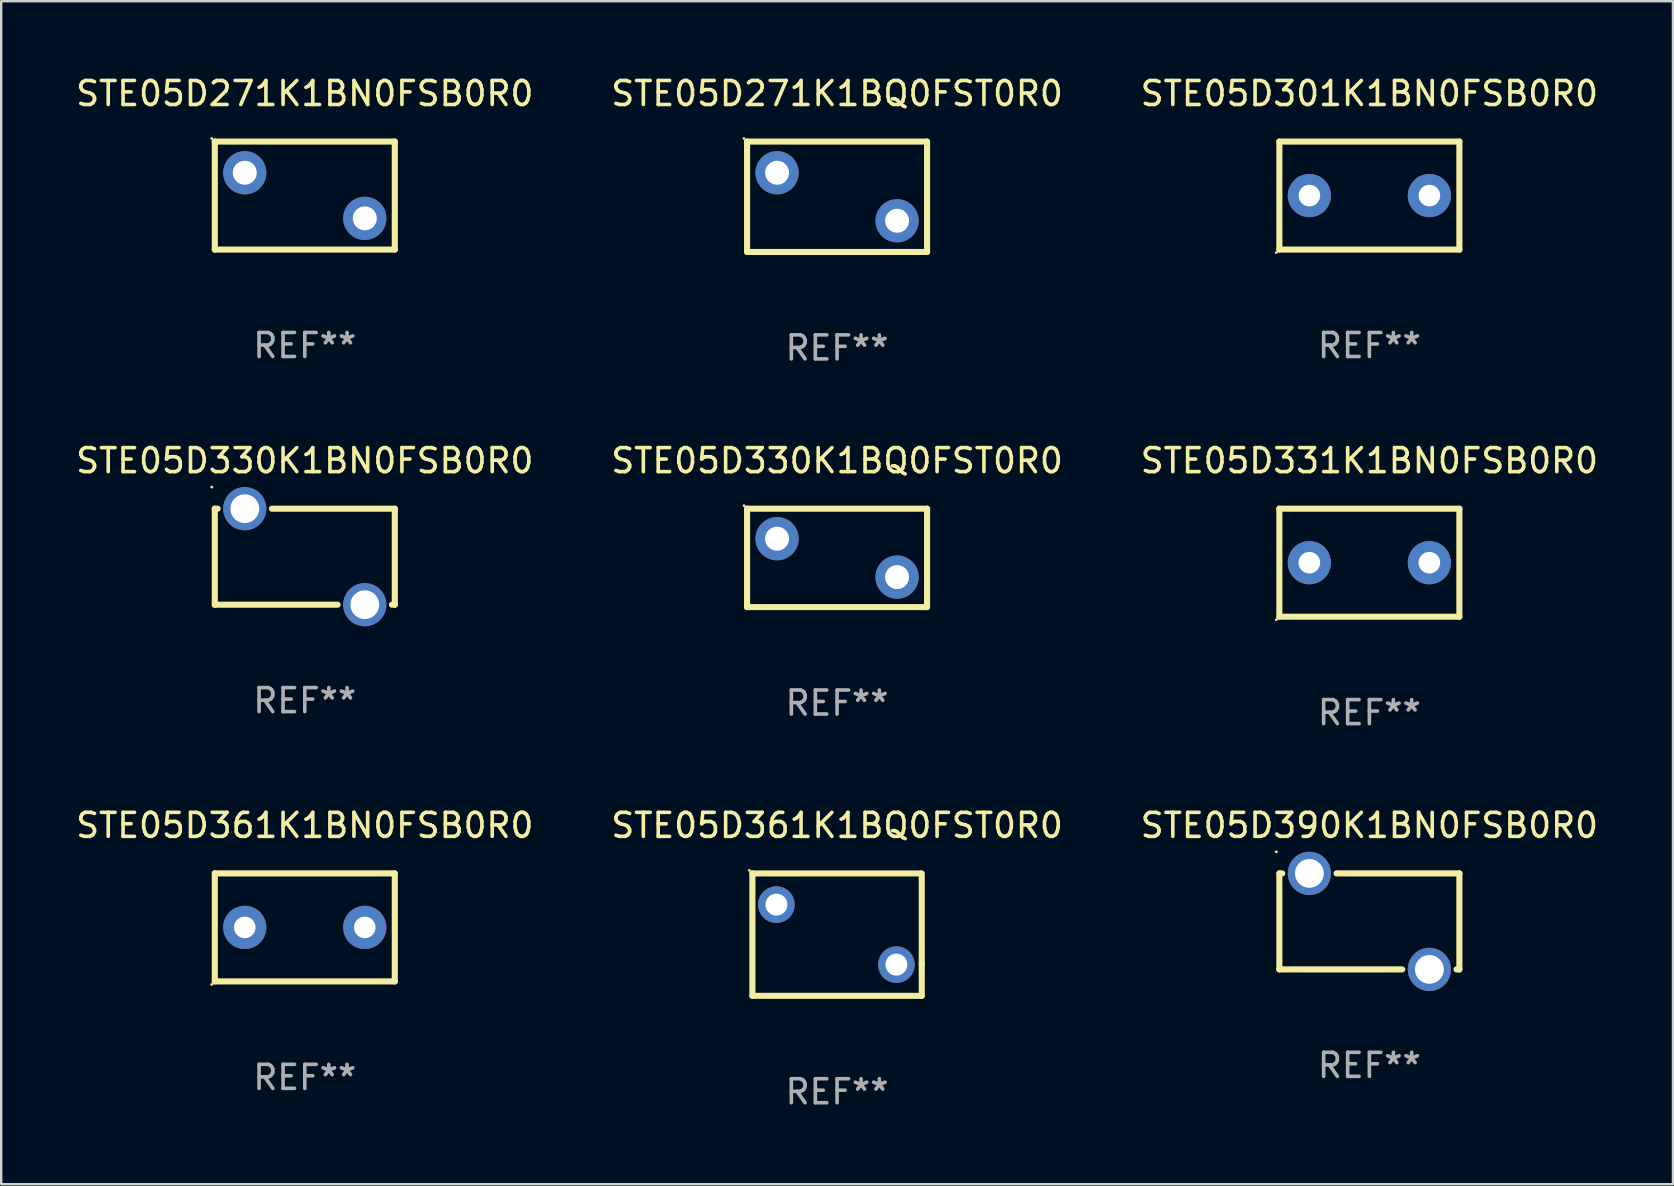
<source format=kicad_pcb>
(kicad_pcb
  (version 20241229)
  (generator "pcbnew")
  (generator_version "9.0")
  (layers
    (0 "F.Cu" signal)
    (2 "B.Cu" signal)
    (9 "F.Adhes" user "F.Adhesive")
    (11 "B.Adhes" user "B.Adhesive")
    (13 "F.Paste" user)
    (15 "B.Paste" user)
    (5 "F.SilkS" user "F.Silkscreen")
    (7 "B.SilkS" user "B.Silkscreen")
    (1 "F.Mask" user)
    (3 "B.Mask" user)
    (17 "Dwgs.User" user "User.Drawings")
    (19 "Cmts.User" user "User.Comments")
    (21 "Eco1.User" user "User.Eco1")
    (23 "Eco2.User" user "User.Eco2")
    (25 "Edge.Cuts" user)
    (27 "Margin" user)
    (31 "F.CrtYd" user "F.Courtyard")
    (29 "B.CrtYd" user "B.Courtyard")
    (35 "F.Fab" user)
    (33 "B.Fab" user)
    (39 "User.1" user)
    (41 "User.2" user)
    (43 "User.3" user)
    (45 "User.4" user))
  (footprint "STE05D301K1BN0FSB0R0"
    (layer "F.Cu")
    (at 54.006 5.098)
    (property "Reference" "STE05D301K1BN0FSB0R0" (at 0 -4.25 0) (layer "F.SilkS") (effects (font (size 1 1) (thickness 0.15))))
    (attr through_hole)
    (fp_line (start -3.75 -2.25) (end -3.75 2.25) (stroke (width 0.254) (type solid)) (layer "F.SilkS"))
    (fp_line (start -3.75 -2.25) (end 3.75 -2.25) (stroke (width 0.254) (type solid)) (layer "F.SilkS"))
    (fp_line (start -3.75 2.25) (end 3.75 2.25) (stroke (width 0.254) (type solid)) (layer "F.SilkS"))
    (fp_line (start 3.75 -2.25) (end 3.75 2.25) (stroke (width 0.254) (type solid)) (layer "F.SilkS"))
    (fp_circle (center -3.877 2.377) (end -3.847 2.377) (stroke (width 0.06) (type solid)) (fill no) (layer "F.SilkS"))
    (fp_text user "REF**" (at 0 6.25 0) (layer "F.Fab") (effects (font (size 1 1) (thickness 0.15))))
    (pad "1" thru_hole circle (at -2.5 0) (size 1.8 1.8) (drill 0.9) (layers "*.Cu" "*.Mask"))
    (pad "2" thru_hole circle (at 2.5 0) (size 1.8 1.8) (drill 0.9) (layers "*.Cu" "*.Mask")))
  (footprint "STE05D390K1BN0FSB0R0"
    (layer "F.Cu")
    (at 54.006 35.341)
    (property "Reference" "STE05D390K1BN0FSB0R0" (at 0 -4 0) (layer "F.SilkS") (effects (font (size 1 1) (thickness 0.15))))
    (attr through_hole)
    (fp_line (start -3.75 -2) (end -3.631 -2) (stroke (width 0.254) (type solid)) (layer "F.SilkS"))
    (fp_line (start -3.75 2) (end -3.75 -2) (stroke (width 0.254) (type solid)) (layer "F.SilkS"))
    (fp_line (start -1.369 -2) (end 3.75 -2) (stroke (width 0.254) (type solid)) (layer "F.SilkS"))
    (fp_line (start 1.369 2) (end -3.75 2) (stroke (width 0.254) (type solid)) (layer "F.SilkS"))
    (fp_line (start 3.75 -2) (end 3.75 2) (stroke (width 0.254) (type solid)) (layer "F.SilkS"))
    (fp_line (start 3.75 2) (end 3.631 2) (stroke (width 0.254) (type solid)) (layer "F.SilkS"))
    (fp_circle (center -3.877 -2.9) (end -3.847 -2.9) (stroke (width 0.06) (type solid)) (fill no) (layer "F.SilkS"))
    (fp_text user "REF**" (at 0 6 0) (layer "F.Fab") (effects (font (size 1 1) (thickness 0.15))))
    (pad "1" thru_hole circle (at -2.5 -2) (size 1.8 1.8) (drill 1.2) (layers "*.Cu" "*.Mask"))
    (pad "2" thru_hole circle (at 2.5 2) (size 1.8 1.8) (drill 1.2) (layers "*.Cu" "*.Mask")))
  (footprint "STE05D271K1BQ0FST0R0"
    (layer "F.Cu")
    (at 31.827 5.148)
    (property "Reference" "STE05D271K1BQ0FST0R0" (at 0 -4.3 0) (layer "F.SilkS") (effects (font (size 1 1) (thickness 0.15))))
    (attr through_hole)
    (fp_line (start -3.75 -2.3) (end 3.75 -2.3) (stroke (width 0.254) (type solid)) (layer "F.SilkS"))
    (fp_line (start -3.75 2.3) (end -3.75 -2.3) (stroke (width 0.254) (type solid)) (layer "F.SilkS"))
    (fp_line (start 3.75 -2.3) (end 3.75 2.3) (stroke (width 0.254) (type solid)) (layer "F.SilkS"))
    (fp_line (start 3.75 2.3) (end -3.75 2.3) (stroke (width 0.254) (type solid)) (layer "F.SilkS"))
    (fp_circle (center -3.877 -2.427) (end -3.847 -2.427) (stroke (width 0.06) (type solid)) (fill no) (layer "F.SilkS"))
    (fp_text user "REF**" (at 0 6.3 0) (layer "F.Fab") (effects (font (size 1 1) (thickness 0.15))))
    (pad "1" thru_hole circle (at -2.5 -1) (size 1.8 1.8) (drill 1) (layers "*.Cu" "*.Mask"))
    (pad "2" thru_hole circle (at 2.5 1) (size 1.8 1.8) (drill 1) (layers "*.Cu" "*.Mask")))
  (footprint "STE05D330K1BQ0FST0R0"
    (layer "F.Cu")
    (at 31.827 20.195)
    (property "Reference" "STE05D330K1BQ0FST0R0" (at 0 -4.05 0) (layer "F.SilkS") (effects (font (size 1 1) (thickness 0.15))))
    (attr through_hole)
    (fp_line (start -3.75 -2.05) (end -3.75 2.05) (stroke (width 0.254) (type solid)) (layer "F.SilkS"))
    (fp_line (start -3.75 -2.05) (end 3.75 -2.05) (stroke (width 0.254) (type solid)) (layer "F.SilkS"))
    (fp_line (start -3.75 2.05) (end 3.75 2.05) (stroke (width 0.254) (type solid)) (layer "F.SilkS"))
    (fp_line (start 3.75 -2.05) (end 3.75 2.05) (stroke (width 0.254) (type solid)) (layer "F.SilkS"))
    (fp_circle (center -3.877 -2.177) (end -3.847 -2.177) (stroke (width 0.06) (type solid)) (fill no) (layer "F.SilkS"))
    (fp_text user "REF**" (at 0 6.05 0) (layer "F.Fab") (effects (font (size 1 1) (thickness 0.15))))
    (pad "1" thru_hole circle (at -2.5 -0.8) (size 1.8 1.8) (drill 1) (layers "*.Cu" "*.Mask"))
    (pad "2" thru_hole circle (at 2.5 0.8) (size 1.8 1.8) (drill 1) (layers "*.Cu" "*.Mask")))
  (footprint "STE05D361K1BQ0FST0R0"
    (layer "F.Cu")
    (at 31.827 35.892)
    (property "Reference" "STE05D361K1BQ0FST0R0" (at 0 -4.55 0) (layer "F.SilkS") (effects (font (size 1 1) (thickness 0.15))))
    (attr through_hole)
    (fp_line (start -3.528 2.55) (end 3.528 2.55) (stroke (width 0.254) (type solid)) (layer "F.SilkS"))
    (fp_line (start -3.528 -2.55) (end -3.528 2.55) (stroke (width 0.254) (type solid)) (layer "F.SilkS"))
    (fp_line (start -3.528 -2.55) (end 3.472 -2.55) (stroke (width 0.254) (type solid)) (layer "F.SilkS"))
    (fp_line (start 3.528 1.207) (end 3.528 -2.55) (stroke (width 0.254) (type solid)) (layer "F.SilkS"))
    (fp_line (start 3.528 2.55) (end 3.528 1.207) (stroke (width 0.254) (type solid)) (layer "F.SilkS"))
    (fp_circle (center -3.655 -2.677) (end -3.625 -2.677) (stroke (width 0.06) (type solid)) (fill no) (layer "F.SilkS"))
    (fp_text user "REF**" (at 0 6.55 0) (layer "F.Fab") (effects (font (size 1 1) (thickness 0.15))))
    (pad "1" thru_hole circle (at -2.528 -1.25) (size 1.524 1.524) (drill 0.914) (layers "*.Cu" "*.Mask"))
    (pad "2" thru_hole circle (at 2.472 1.25) (size 1.524 1.524) (drill 0.914) (layers "*.Cu" "*.Mask")))
  (footprint "STE05D271K1BN0FSB0R0"
    (layer "F.Cu")
    (at 9.649 5.098)
    (property "Reference" "STE05D271K1BN0FSB0R0" (at 0 -4.25 0) (layer "F.SilkS") (effects (font (size 1 1) (thickness 0.15))))
    (attr through_hole)
    (fp_line (start -3.75 -2.25) (end -3.75 2.25) (stroke (width 0.254) (type solid)) (layer "F.SilkS"))
    (fp_line (start -3.75 -2.25) (end 3.75 -2.25) (stroke (width 0.254) (type solid)) (layer "F.SilkS"))
    (fp_line (start -3.75 2.25) (end 3.75 2.25) (stroke (width 0.254) (type solid)) (layer "F.SilkS"))
    (fp_line (start 3.75 -2.25) (end 3.75 2.25) (stroke (width 0.254) (type solid)) (layer "F.SilkS"))
    (fp_circle (center -3.877 -2.377) (end -3.847 -2.377) (stroke (width 0.06) (type solid)) (fill no) (layer "F.SilkS"))
    (fp_text user "REF**" (at 0 6.25 0) (layer "F.Fab") (effects (font (size 1 1) (thickness 0.15))))
    (pad "1" thru_hole circle (at -2.5 -0.95) (size 1.8 1.8) (drill 1) (layers "*.Cu" "*.Mask"))
    (pad "2" thru_hole circle (at 2.5 0.95) (size 1.8 1.8) (drill 1) (layers "*.Cu" "*.Mask")))
  (footprint "STE05D331K1BN0FSB0R0"
    (layer "F.Cu")
    (at 54.006 20.395)
    (property "Reference" "STE05D331K1BN0FSB0R0" (at 0 -4.25 0) (layer "F.SilkS") (effects (font (size 1 1) (thickness 0.15))))
    (attr through_hole)
    (fp_line (start -3.75 -2.25) (end -3.75 2.25) (stroke (width 0.254) (type solid)) (layer "F.SilkS"))
    (fp_line (start -3.75 -2.25) (end 3.75 -2.25) (stroke (width 0.254) (type solid)) (layer "F.SilkS"))
    (fp_line (start -3.75 2.25) (end 3.75 2.25) (stroke (width 0.254) (type solid)) (layer "F.SilkS"))
    (fp_line (start 3.75 -2.25) (end 3.75 2.25) (stroke (width 0.254) (type solid)) (layer "F.SilkS"))
    (fp_circle (center -3.877 2.377) (end -3.847 2.377) (stroke (width 0.06) (type solid)) (fill no) (layer "F.SilkS"))
    (fp_text user "REF**" (at 0 6.25 0) (layer "F.Fab") (effects (font (size 1 1) (thickness 0.15))))
    (pad "1" thru_hole circle (at -2.5 0) (size 1.8 1.8) (drill 0.9) (layers "*.Cu" "*.Mask"))
    (pad "2" thru_hole circle (at 2.5 0) (size 1.8 1.8) (drill 0.9) (layers "*.Cu" "*.Mask")))
  (footprint "STE05D361K1BN0FSB0R0"
    (layer "F.Cu")
    (at 9.649 35.591)
    (property "Reference" "STE05D361K1BN0FSB0R0" (at 0 -4.25 0) (layer "F.SilkS") (effects (font (size 1 1) (thickness 0.15))))
    (attr through_hole)
    (fp_line (start -3.75 -2.25) (end -3.75 2.25) (stroke (width 0.254) (type solid)) (layer "F.SilkS"))
    (fp_line (start -3.75 -2.25) (end 3.75 -2.25) (stroke (width 0.254) (type solid)) (layer "F.SilkS"))
    (fp_line (start -3.75 2.25) (end 3.75 2.25) (stroke (width 0.254) (type solid)) (layer "F.SilkS"))
    (fp_line (start 3.75 -2.25) (end 3.75 2.25) (stroke (width 0.254) (type solid)) (layer "F.SilkS"))
    (fp_circle (center -3.877 2.377) (end -3.847 2.377) (stroke (width 0.06) (type solid)) (fill no) (layer "F.SilkS"))
    (fp_text user "REF**" (at 0 6.25 0) (layer "F.Fab") (effects (font (size 1 1) (thickness 0.15))))
    (pad "1" thru_hole circle (at -2.5 0) (size 1.8 1.8) (drill 0.9) (layers "*.Cu" "*.Mask"))
    (pad "2" thru_hole circle (at 2.5 0) (size 1.8 1.8) (drill 0.9) (layers "*.Cu" "*.Mask")))
  (footprint "STE05D330K1BN0FSB0R0"
    (layer "F.Cu")
    (at 9.649 20.145)
    (property "Reference" "STE05D330K1BN0FSB0R0" (at 0 -4 0) (layer "F.SilkS") (effects (font (size 1 1) (thickness 0.15))))
    (attr through_hole)
    (fp_line (start -3.75 -2) (end -3.631 -2) (stroke (width 0.254) (type solid)) (layer "F.SilkS"))
    (fp_line (start -3.75 2) (end -3.75 -2) (stroke (width 0.254) (type solid)) (layer "F.SilkS"))
    (fp_line (start -1.369 -2) (end 3.75 -2) (stroke (width 0.254) (type solid)) (layer "F.SilkS"))
    (fp_line (start 1.369 2) (end -3.75 2) (stroke (width 0.254) (type solid)) (layer "F.SilkS"))
    (fp_line (start 3.75 -2) (end 3.75 2) (stroke (width 0.254) (type solid)) (layer "F.SilkS"))
    (fp_line (start 3.75 2) (end 3.631 2) (stroke (width 0.254) (type solid)) (layer "F.SilkS"))
    (fp_circle (center -3.877 -2.9) (end -3.847 -2.9) (stroke (width 0.06) (type solid)) (fill no) (layer "F.SilkS"))
    (fp_text user "REF**" (at 0 6 0) (layer "F.Fab") (effects (font (size 1 1) (thickness 0.15))))
    (pad "1" thru_hole circle (at -2.5 -2) (size 1.8 1.8) (drill 1.2) (layers "*.Cu" "*.Mask"))
    (pad "2" thru_hole circle (at 2.5 2) (size 1.8 1.8) (drill 1.2) (layers "*.Cu" "*.Mask")))
  (gr_rect
    (start -3 -3)
    (end 66.655 46.29)
    (stroke (width 0.1) (type default))
    (fill no)
    (layer "Edge.Cuts")))
</source>
